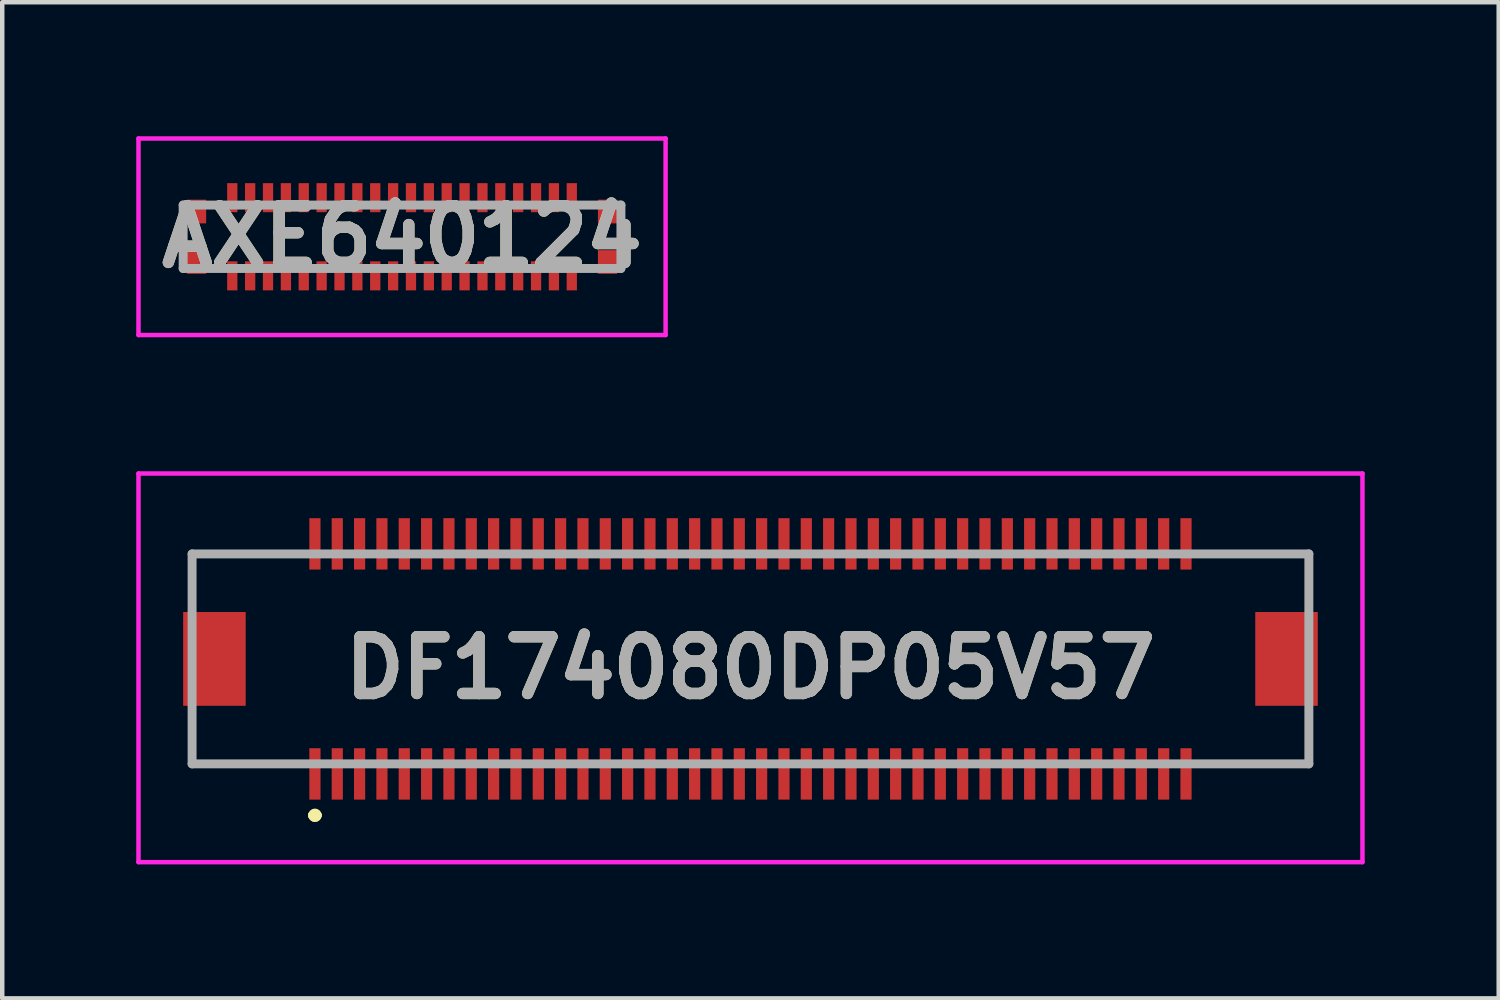
<source format=kicad_pcb>
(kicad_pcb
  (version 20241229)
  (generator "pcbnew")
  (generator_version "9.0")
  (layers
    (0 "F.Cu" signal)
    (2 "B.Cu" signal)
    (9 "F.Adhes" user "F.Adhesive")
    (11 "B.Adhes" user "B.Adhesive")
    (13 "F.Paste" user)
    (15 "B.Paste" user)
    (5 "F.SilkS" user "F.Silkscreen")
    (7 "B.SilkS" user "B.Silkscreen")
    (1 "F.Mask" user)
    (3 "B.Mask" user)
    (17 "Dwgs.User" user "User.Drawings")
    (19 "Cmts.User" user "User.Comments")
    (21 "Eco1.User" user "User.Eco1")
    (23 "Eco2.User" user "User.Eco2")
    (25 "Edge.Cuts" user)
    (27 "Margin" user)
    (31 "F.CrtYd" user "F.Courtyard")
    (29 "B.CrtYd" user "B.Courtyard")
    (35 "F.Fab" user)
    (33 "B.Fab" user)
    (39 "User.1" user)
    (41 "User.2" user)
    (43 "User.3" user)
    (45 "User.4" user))
  (footprint "DF174080DP05V57"
    (layer "F.Cu")
    (at 13.75 11.7)
    (property "Reference" "DF174080DP05V57" (at 0 0.2 0) (layer "F.SilkS") (effects (font (size 1.27 1.27) (thickness 0.254))))
    (attr through_hole)
    (fp_line (start -12.5 -2.35) (end -12.5 -2.35) (stroke (width 0.1) (type solid)) (layer "F.SilkS"))
    (fp_line (start -12.5 -2.35) (end -12.5 -2.35) (stroke (width 0.1) (type solid)) (layer "F.SilkS"))
    (fp_line (start -12.5 -2.35) (end -12.5 -1.5) (stroke (width 0.1) (type solid)) (layer "F.SilkS"))
    (fp_line (start -12.5 -2.35) (end -10.5 -2.35) (stroke (width 0.1) (type solid)) (layer "F.SilkS"))
    (fp_line (start -12.5 -1.5) (end -12.5 -2.35) (stroke (width 0.1) (type solid)) (layer "F.SilkS"))
    (fp_line (start -12.5 -1.5) (end -12.5 -1.5) (stroke (width 0.1) (type solid)) (layer "F.SilkS"))
    (fp_line (start -12.5 1.5) (end -12.5 1.5) (stroke (width 0.1) (type solid)) (layer "F.SilkS"))
    (fp_line (start -12.5 1.5) (end -12.5 2.35) (stroke (width 0.1) (type solid)) (layer "F.SilkS"))
    (fp_line (start -12.5 2.35) (end -12.5 1.5) (stroke (width 0.1) (type solid)) (layer "F.SilkS"))
    (fp_line (start -12.5 2.35) (end -12.5 2.35) (stroke (width 0.1) (type solid)) (layer "F.SilkS"))
    (fp_line (start -12.5 2.35) (end -12.5 2.35) (stroke (width 0.1) (type solid)) (layer "F.SilkS"))
    (fp_line (start -12.5 2.35) (end -10.25 2.35) (stroke (width 0.1) (type solid)) (layer "F.SilkS"))
    (fp_line (start -10.5 -2.35) (end -12.5 -2.35) (stroke (width 0.1) (type solid)) (layer "F.SilkS"))
    (fp_line (start -10.5 -2.35) (end -10.5 -2.35) (stroke (width 0.1) (type solid)) (layer "F.SilkS"))
    (fp_line (start -10.25 2.35) (end -12.5 2.35) (stroke (width 0.1) (type solid)) (layer "F.SilkS"))
    (fp_line (start -10.25 2.35) (end -10.25 2.35) (stroke (width 0.1) (type solid)) (layer "F.SilkS"))
    (fp_line (start -9.8 3.5) (end -9.8 3.5) (stroke (width 0.2) (type solid)) (layer "F.SilkS"))
    (fp_line (start -9.8 3.5) (end -9.8 3.5) (stroke (width 0.2) (type solid)) (layer "F.SilkS"))
    (fp_line (start -9.7 3.5) (end -9.7 3.5) (stroke (width 0.2) (type solid)) (layer "F.SilkS"))
    (fp_line (start 10.25 -2.35) (end 10.25 -2.35) (stroke (width 0.1) (type solid)) (layer "F.SilkS"))
    (fp_line (start 10.25 -2.35) (end 12.5 -2.35) (stroke (width 0.1) (type solid)) (layer "F.SilkS"))
    (fp_line (start 10.25 2.35) (end 10.25 2.35) (stroke (width 0.1) (type solid)) (layer "F.SilkS"))
    (fp_line (start 10.25 2.35) (end 12.5 2.35) (stroke (width 0.1) (type solid)) (layer "F.SilkS"))
    (fp_line (start 12.5 -2.35) (end 10.25 -2.35) (stroke (width 0.1) (type solid)) (layer "F.SilkS"))
    (fp_line (start 12.5 -2.35) (end 12.5 -2.35) (stroke (width 0.1) (type solid)) (layer "F.SilkS"))
    (fp_line (start 12.5 -2.35) (end 12.5 -2.35) (stroke (width 0.1) (type solid)) (layer "F.SilkS"))
    (fp_line (start 12.5 -2.35) (end 12.5 -1.5) (stroke (width 0.1) (type solid)) (layer "F.SilkS"))
    (fp_line (start 12.5 -1.5) (end 12.5 -2.35) (stroke (width 0.1) (type solid)) (layer "F.SilkS"))
    (fp_line (start 12.5 -1.5) (end 12.5 -1.5) (stroke (width 0.1) (type solid)) (layer "F.SilkS"))
    (fp_line (start 12.5 1.5) (end 12.5 1.5) (stroke (width 0.1) (type solid)) (layer "F.SilkS"))
    (fp_line (start 12.5 1.5) (end 12.5 2.35) (stroke (width 0.1) (type solid)) (layer "F.SilkS"))
    (fp_line (start 12.5 2.35) (end 10.25 2.35) (stroke (width 0.1) (type solid)) (layer "F.SilkS"))
    (fp_line (start 12.5 2.35) (end 12.5 1.5) (stroke (width 0.1) (type solid)) (layer "F.SilkS"))
    (fp_line (start 12.5 2.35) (end 12.5 2.35) (stroke (width 0.1) (type solid)) (layer "F.SilkS"))
    (fp_line (start 12.5 2.35) (end 12.5 2.35) (stroke (width 0.1) (type solid)) (layer "F.SilkS"))
    (fp_arc (start -9.8 3.5) (mid -9.75 3.45) (end -9.7 3.5) (stroke (width 0.2) (type solid)) (layer "F.SilkS"))
    (fp_arc (start -9.7 3.5) (mid -9.75 3.55) (end -9.8 3.5) (stroke (width 0.2) (type solid)) (layer "F.SilkS"))
    (fp_arc (start -9.7 3.5) (mid -9.75 3.55) (end -9.8 3.5) (stroke (width 0.2) (type solid)) (layer "F.SilkS"))
    (fp_line (start -13.7 -4.15) (end 13.7 -4.15) (stroke (width 0.1) (type solid)) (layer "F.CrtYd"))
    (fp_line (start -13.7 4.55) (end -13.7 -4.15) (stroke (width 0.1) (type solid)) (layer "F.CrtYd"))
    (fp_line (start 13.7 -4.15) (end 13.7 4.55) (stroke (width 0.1) (type solid)) (layer "F.CrtYd"))
    (fp_line (start 13.7 4.55) (end -13.7 4.55) (stroke (width 0.1) (type solid)) (layer "F.CrtYd"))
    (fp_line (start -12.5 -2.35) (end -12.5 2.35) (stroke (width 0.2) (type solid)) (layer "F.Fab"))
    (fp_line (start -12.5 2.35) (end 12.5 2.35) (stroke (width 0.2) (type solid)) (layer "F.Fab"))
    (fp_line (start 12.5 -2.35) (end -12.5 -2.35) (stroke (width 0.2) (type solid)) (layer "F.Fab"))
    (fp_line (start 12.5 2.35) (end 12.5 -2.35) (stroke (width 0.2) (type solid)) (layer "F.Fab"))
    (fp_text user "${REFERENCE}" (at 0 0.2 0) (layer "F.Fab") (effects (font (size 1.27 1.27) (thickness 0.254))))
    (pad "" np_thru_hole circle (at -11 1.9) (size 0.001 0.001) (drill 0.65) (layers "*.Cu" "*.Mask"))
    (pad "" np_thru_hole circle (at 11 1.9) (size 0.001 0.001) (drill 0.65) (layers "*.Cu" "*.Mask"))
    (pad "1" smd rect (at -9.75 2.575) (size 0.25 1.15) (layers "F.Cu" "F.Mask" "F.Paste"))
    (pad "2" smd rect (at -9.75 -2.575) (size 0.25 1.15) (layers "F.Cu" "F.Mask" "F.Paste"))
    (pad "3" smd rect (at -9.25 2.575) (size 0.25 1.15) (layers "F.Cu" "F.Mask" "F.Paste"))
    (pad "4" smd rect (at -9.25 -2.575) (size 0.25 1.15) (layers "F.Cu" "F.Mask" "F.Paste"))
    (pad "5" smd rect (at -8.75 2.575) (size 0.25 1.15) (layers "F.Cu" "F.Mask" "F.Paste"))
    (pad "6" smd rect (at -8.75 -2.575) (size 0.25 1.15) (layers "F.Cu" "F.Mask" "F.Paste"))
    (pad "7" smd rect (at -8.25 2.575) (size 0.25 1.15) (layers "F.Cu" "F.Mask" "F.Paste"))
    (pad "8" smd rect (at -8.25 -2.575) (size 0.25 1.15) (layers "F.Cu" "F.Mask" "F.Paste"))
    (pad "9" smd rect (at -7.75 2.575) (size 0.25 1.15) (layers "F.Cu" "F.Mask" "F.Paste"))
    (pad "10" smd rect (at -7.75 -2.575) (size 0.25 1.15) (layers "F.Cu" "F.Mask" "F.Paste"))
    (pad "11" smd rect (at -7.25 2.575) (size 0.25 1.15) (layers "F.Cu" "F.Mask" "F.Paste"))
    (pad "12" smd rect (at -7.25 -2.575) (size 0.25 1.15) (layers "F.Cu" "F.Mask" "F.Paste"))
    (pad "13" smd rect (at -6.75 2.575) (size 0.25 1.15) (layers "F.Cu" "F.Mask" "F.Paste"))
    (pad "14" smd rect (at -6.75 -2.575) (size 0.25 1.15) (layers "F.Cu" "F.Mask" "F.Paste"))
    (pad "15" smd rect (at -6.25 2.575) (size 0.25 1.15) (layers "F.Cu" "F.Mask" "F.Paste"))
    (pad "16" smd rect (at -6.25 -2.575) (size 0.25 1.15) (layers "F.Cu" "F.Mask" "F.Paste"))
    (pad "17" smd rect (at -5.75 2.575) (size 0.25 1.15) (layers "F.Cu" "F.Mask" "F.Paste"))
    (pad "18" smd rect (at -5.75 -2.575) (size 0.25 1.15) (layers "F.Cu" "F.Mask" "F.Paste"))
    (pad "19" smd rect (at -5.25 2.575) (size 0.25 1.15) (layers "F.Cu" "F.Mask" "F.Paste"))
    (pad "20" smd rect (at -5.25 -2.575) (size 0.25 1.15) (layers "F.Cu" "F.Mask" "F.Paste"))
    (pad "21" smd rect (at -4.75 2.575) (size 0.25 1.15) (layers "F.Cu" "F.Mask" "F.Paste"))
    (pad "22" smd rect (at -4.75 -2.575) (size 0.25 1.15) (layers "F.Cu" "F.Mask" "F.Paste"))
    (pad "23" smd rect (at -4.25 2.575) (size 0.25 1.15) (layers "F.Cu" "F.Mask" "F.Paste"))
    (pad "24" smd rect (at -4.25 -2.575) (size 0.25 1.15) (layers "F.Cu" "F.Mask" "F.Paste"))
    (pad "25" smd rect (at -3.75 2.575) (size 0.25 1.15) (layers "F.Cu" "F.Mask" "F.Paste"))
    (pad "26" smd rect (at -3.75 -2.575) (size 0.25 1.15) (layers "F.Cu" "F.Mask" "F.Paste"))
    (pad "27" smd rect (at -3.25 2.575) (size 0.25 1.15) (layers "F.Cu" "F.Mask" "F.Paste"))
    (pad "28" smd rect (at -3.25 -2.575) (size 0.25 1.15) (layers "F.Cu" "F.Mask" "F.Paste"))
    (pad "29" smd rect (at -2.75 2.575) (size 0.25 1.15) (layers "F.Cu" "F.Mask" "F.Paste"))
    (pad "30" smd rect (at -2.75 -2.575) (size 0.25 1.15) (layers "F.Cu" "F.Mask" "F.Paste"))
    (pad "31" smd rect (at -2.25 2.575) (size 0.25 1.15) (layers "F.Cu" "F.Mask" "F.Paste"))
    (pad "32" smd rect (at -2.25 -2.575) (size 0.25 1.15) (layers "F.Cu" "F.Mask" "F.Paste"))
    (pad "33" smd rect (at -1.75 2.575) (size 0.25 1.15) (layers "F.Cu" "F.Mask" "F.Paste"))
    (pad "34" smd rect (at -1.75 -2.575) (size 0.25 1.15) (layers "F.Cu" "F.Mask" "F.Paste"))
    (pad "35" smd rect (at -1.25 2.575) (size 0.25 1.15) (layers "F.Cu" "F.Mask" "F.Paste"))
    (pad "36" smd rect (at -1.25 -2.575) (size 0.25 1.15) (layers "F.Cu" "F.Mask" "F.Paste"))
    (pad "37" smd rect (at -0.75 2.575) (size 0.25 1.15) (layers "F.Cu" "F.Mask" "F.Paste"))
    (pad "38" smd rect (at -0.75 -2.575) (size 0.25 1.15) (layers "F.Cu" "F.Mask" "F.Paste"))
    (pad "39" smd rect (at -0.25 2.575) (size 0.25 1.15) (layers "F.Cu" "F.Mask" "F.Paste"))
    (pad "40" smd rect (at -0.25 -2.575) (size 0.25 1.15) (layers "F.Cu" "F.Mask" "F.Paste"))
    (pad "41" smd rect (at 0.25 2.575) (size 0.25 1.15) (layers "F.Cu" "F.Mask" "F.Paste"))
    (pad "42" smd rect (at 0.25 -2.575) (size 0.25 1.15) (layers "F.Cu" "F.Mask" "F.Paste"))
    (pad "43" smd rect (at 0.75 2.575) (size 0.25 1.15) (layers "F.Cu" "F.Mask" "F.Paste"))
    (pad "44" smd rect (at 0.75 -2.575) (size 0.25 1.15) (layers "F.Cu" "F.Mask" "F.Paste"))
    (pad "45" smd rect (at 1.25 2.575) (size 0.25 1.15) (layers "F.Cu" "F.Mask" "F.Paste"))
    (pad "46" smd rect (at 1.25 -2.575) (size 0.25 1.15) (layers "F.Cu" "F.Mask" "F.Paste"))
    (pad "47" smd rect (at 1.75 2.575) (size 0.25 1.15) (layers "F.Cu" "F.Mask" "F.Paste"))
    (pad "48" smd rect (at 1.75 -2.575) (size 0.25 1.15) (layers "F.Cu" "F.Mask" "F.Paste"))
    (pad "49" smd rect (at 2.25 2.575) (size 0.25 1.15) (layers "F.Cu" "F.Mask" "F.Paste"))
    (pad "50" smd rect (at 2.25 -2.575) (size 0.25 1.15) (layers "F.Cu" "F.Mask" "F.Paste"))
    (pad "51" smd rect (at 2.75 2.575) (size 0.25 1.15) (layers "F.Cu" "F.Mask" "F.Paste"))
    (pad "52" smd rect (at 2.75 -2.575) (size 0.25 1.15) (layers "F.Cu" "F.Mask" "F.Paste"))
    (pad "53" smd rect (at 3.25 2.575) (size 0.25 1.15) (layers "F.Cu" "F.Mask" "F.Paste"))
    (pad "54" smd rect (at 3.25 -2.575) (size 0.25 1.15) (layers "F.Cu" "F.Mask" "F.Paste"))
    (pad "55" smd rect (at 3.75 2.575) (size 0.25 1.15) (layers "F.Cu" "F.Mask" "F.Paste"))
    (pad "56" smd rect (at 3.75 -2.575) (size 0.25 1.15) (layers "F.Cu" "F.Mask" "F.Paste"))
    (pad "57" smd rect (at 4.25 2.575) (size 0.25 1.15) (layers "F.Cu" "F.Mask" "F.Paste"))
    (pad "58" smd rect (at 4.25 -2.575) (size 0.25 1.15) (layers "F.Cu" "F.Mask" "F.Paste"))
    (pad "59" smd rect (at 4.75 2.575) (size 0.25 1.15) (layers "F.Cu" "F.Mask" "F.Paste"))
    (pad "60" smd rect (at 4.75 -2.575) (size 0.25 1.15) (layers "F.Cu" "F.Mask" "F.Paste"))
    (pad "61" smd rect (at 5.25 2.575) (size 0.25 1.15) (layers "F.Cu" "F.Mask" "F.Paste"))
    (pad "62" smd rect (at 5.25 -2.575) (size 0.25 1.15) (layers "F.Cu" "F.Mask" "F.Paste"))
    (pad "63" smd rect (at 5.75 2.575) (size 0.25 1.15) (layers "F.Cu" "F.Mask" "F.Paste"))
    (pad "64" smd rect (at 5.75 -2.575) (size 0.25 1.15) (layers "F.Cu" "F.Mask" "F.Paste"))
    (pad "65" smd rect (at 6.25 2.575) (size 0.25 1.15) (layers "F.Cu" "F.Mask" "F.Paste"))
    (pad "66" smd rect (at 6.25 -2.575) (size 0.25 1.15) (layers "F.Cu" "F.Mask" "F.Paste"))
    (pad "67" smd rect (at 6.75 2.575) (size 0.25 1.15) (layers "F.Cu" "F.Mask" "F.Paste"))
    (pad "68" smd rect (at 6.75 -2.575) (size 0.25 1.15) (layers "F.Cu" "F.Mask" "F.Paste"))
    (pad "69" smd rect (at 7.25 2.575) (size 0.25 1.15) (layers "F.Cu" "F.Mask" "F.Paste"))
    (pad "70" smd rect (at 7.25 -2.575) (size 0.25 1.15) (layers "F.Cu" "F.Mask" "F.Paste"))
    (pad "71" smd rect (at 7.75 2.575) (size 0.25 1.15) (layers "F.Cu" "F.Mask" "F.Paste"))
    (pad "72" smd rect (at 7.75 -2.575) (size 0.25 1.15) (layers "F.Cu" "F.Mask" "F.Paste"))
    (pad "73" smd rect (at 8.25 2.575) (size 0.25 1.15) (layers "F.Cu" "F.Mask" "F.Paste"))
    (pad "74" smd rect (at 8.25 -2.575) (size 0.25 1.15) (layers "F.Cu" "F.Mask" "F.Paste"))
    (pad "75" smd rect (at 8.75 2.575) (size 0.25 1.15) (layers "F.Cu" "F.Mask" "F.Paste"))
    (pad "76" smd rect (at 8.75 -2.575) (size 0.25 1.15) (layers "F.Cu" "F.Mask" "F.Paste"))
    (pad "77" smd rect (at 9.25 2.575) (size 0.25 1.15) (layers "F.Cu" "F.Mask" "F.Paste"))
    (pad "78" smd rect (at 9.25 -2.575) (size 0.25 1.15) (layers "F.Cu" "F.Mask" "F.Paste"))
    (pad "79" smd rect (at 9.75 2.575) (size 0.25 1.15) (layers "F.Cu" "F.Mask" "F.Paste"))
    (pad "80" smd rect (at 9.75 -2.575) (size 0.25 1.15) (layers "F.Cu" "F.Mask" "F.Paste"))
    (pad "MP1" smd rect (at -12 0) (size 1.4 2.1) (layers "F.Cu" "F.Mask" "F.Paste"))
    (pad "MP2" smd rect (at 12 0) (size 1.4 2.1) (layers "F.Cu" "F.Mask" "F.Paste")))
  (footprint "AXE640124"
    (layer "F.Cu")
    (at 5.95 2.25)
    (property "Reference" "AXE640124" (at 0 0 0) (layer "F.SilkS") (effects (font (size 1.27 1.27) (thickness 0.254))))
    (attr smd)
    (fp_line (start -4.9 -0.2) (end -4.9 0.2) (stroke (width 0.1) (type solid)) (layer "F.SilkS"))
    (fp_line (start 4.9 -0.2) (end 4.9 0.2) (stroke (width 0.1) (type solid)) (layer "F.SilkS"))
    (fp_line (start -5.9 -2.2) (end 5.9 -2.2) (stroke (width 0.1) (type solid)) (layer "F.CrtYd"))
    (fp_line (start -5.9 2.2) (end -5.9 -2.2) (stroke (width 0.1) (type solid)) (layer "F.CrtYd"))
    (fp_line (start 5.9 -2.2) (end 5.9 2.2) (stroke (width 0.1) (type solid)) (layer "F.CrtYd"))
    (fp_line (start 5.9 2.2) (end -5.9 2.2) (stroke (width 0.1) (type solid)) (layer "F.CrtYd"))
    (fp_line (start -4.9 -0.71) (end 4.9 -0.71) (stroke (width 0.2) (type solid)) (layer "F.Fab"))
    (fp_line (start -4.9 0.71) (end -4.9 -0.71) (stroke (width 0.2) (type solid)) (layer "F.Fab"))
    (fp_line (start 4.9 -0.71) (end 4.9 0.71) (stroke (width 0.2) (type solid)) (layer "F.Fab"))
    (fp_line (start 4.9 0.71) (end -4.9 0.71) (stroke (width 0.2) (type solid)) (layer "F.Fab"))
    (fp_text user "${REFERENCE}" (at 0 0 0) (layer "F.Fab") (effects (font (size 1.27 1.27) (thickness 0.254))))
    (pad "1" smd rect (at -3.8 0.875) (size 0.23 0.65) (layers "F.Cu" "F.Mask" "F.Paste"))
    (pad "2" smd rect (at -3.8 -0.875) (size 0.23 0.65) (layers "F.Cu" "F.Mask" "F.Paste"))
    (pad "3" smd rect (at -3.4 0.875) (size 0.23 0.65) (layers "F.Cu" "F.Mask" "F.Paste"))
    (pad "4" smd rect (at -3.4 -0.875) (size 0.23 0.65) (layers "F.Cu" "F.Mask" "F.Paste"))
    (pad "5" smd rect (at -3 0.875) (size 0.23 0.65) (layers "F.Cu" "F.Mask" "F.Paste"))
    (pad "6" smd rect (at -3 -0.875) (size 0.23 0.65) (layers "F.Cu" "F.Mask" "F.Paste"))
    (pad "7" smd rect (at -2.6 0.875) (size 0.23 0.65) (layers "F.Cu" "F.Mask" "F.Paste"))
    (pad "8" smd rect (at -2.6 -0.875) (size 0.23 0.65) (layers "F.Cu" "F.Mask" "F.Paste"))
    (pad "9" smd rect (at -2.2 0.875) (size 0.23 0.65) (layers "F.Cu" "F.Mask" "F.Paste"))
    (pad "10" smd rect (at -2.2 -0.875) (size 0.23 0.65) (layers "F.Cu" "F.Mask" "F.Paste"))
    (pad "11" smd rect (at -1.8 0.875) (size 0.23 0.65) (layers "F.Cu" "F.Mask" "F.Paste"))
    (pad "12" smd rect (at -1.8 -0.875) (size 0.23 0.65) (layers "F.Cu" "F.Mask" "F.Paste"))
    (pad "13" smd rect (at -1.4 0.875) (size 0.23 0.65) (layers "F.Cu" "F.Mask" "F.Paste"))
    (pad "14" smd rect (at -1.4 -0.875) (size 0.23 0.65) (layers "F.Cu" "F.Mask" "F.Paste"))
    (pad "15" smd rect (at -1 0.875) (size 0.23 0.65) (layers "F.Cu" "F.Mask" "F.Paste"))
    (pad "16" smd rect (at -1 -0.875) (size 0.23 0.65) (layers "F.Cu" "F.Mask" "F.Paste"))
    (pad "17" smd rect (at -0.6 0.875) (size 0.23 0.65) (layers "F.Cu" "F.Mask" "F.Paste"))
    (pad "18" smd rect (at -0.6 -0.875) (size 0.23 0.65) (layers "F.Cu" "F.Mask" "F.Paste"))
    (pad "19" smd rect (at -0.2 0.875) (size 0.23 0.65) (layers "F.Cu" "F.Mask" "F.Paste"))
    (pad "20" smd rect (at -0.2 -0.875) (size 0.23 0.65) (layers "F.Cu" "F.Mask" "F.Paste"))
    (pad "21" smd rect (at 0.2 0.875) (size 0.23 0.65) (layers "F.Cu" "F.Mask" "F.Paste"))
    (pad "22" smd rect (at 0.2 -0.875) (size 0.23 0.65) (layers "F.Cu" "F.Mask" "F.Paste"))
    (pad "23" smd rect (at 0.6 0.875) (size 0.23 0.65) (layers "F.Cu" "F.Mask" "F.Paste"))
    (pad "24" smd rect (at 0.6 -0.875) (size 0.23 0.65) (layers "F.Cu" "F.Mask" "F.Paste"))
    (pad "25" smd rect (at 1 0.875) (size 0.23 0.65) (layers "F.Cu" "F.Mask" "F.Paste"))
    (pad "26" smd rect (at 1 -0.875) (size 0.23 0.65) (layers "F.Cu" "F.Mask" "F.Paste"))
    (pad "27" smd rect (at 1.4 0.875) (size 0.23 0.65) (layers "F.Cu" "F.Mask" "F.Paste"))
    (pad "28" smd rect (at 1.4 -0.875) (size 0.23 0.65) (layers "F.Cu" "F.Mask" "F.Paste"))
    (pad "29" smd rect (at 1.8 0.875) (size 0.23 0.65) (layers "F.Cu" "F.Mask" "F.Paste"))
    (pad "30" smd rect (at 1.8 -0.875) (size 0.23 0.65) (layers "F.Cu" "F.Mask" "F.Paste"))
    (pad "31" smd rect (at 2.2 0.875) (size 0.23 0.65) (layers "F.Cu" "F.Mask" "F.Paste"))
    (pad "32" smd rect (at 2.2 -0.875) (size 0.23 0.65) (layers "F.Cu" "F.Mask" "F.Paste"))
    (pad "33" smd rect (at 2.6 0.875) (size 0.23 0.65) (layers "F.Cu" "F.Mask" "F.Paste"))
    (pad "34" smd rect (at 2.6 -0.875) (size 0.23 0.65) (layers "F.Cu" "F.Mask" "F.Paste"))
    (pad "35" smd rect (at 3 0.875) (size 0.23 0.65) (layers "F.Cu" "F.Mask" "F.Paste"))
    (pad "36" smd rect (at 3 -0.875) (size 0.23 0.65) (layers "F.Cu" "F.Mask" "F.Paste"))
    (pad "37" smd rect (at 3.4 0.875) (size 0.23 0.65) (layers "F.Cu" "F.Mask" "F.Paste"))
    (pad "38" smd rect (at 3.4 -0.875) (size 0.23 0.65) (layers "F.Cu" "F.Mask" "F.Paste"))
    (pad "39" smd rect (at 3.8 0.875) (size 0.23 0.65) (layers "F.Cu" "F.Mask" "F.Paste"))
    (pad "40" smd rect (at 3.8 -0.875) (size 0.23 0.65) (layers "F.Cu" "F.Mask" "F.Paste"))
    (pad "MP1" smd rect (at -4.6 -0.565) (size 0.43 0.53) (layers "F.Cu" "F.Mask" "F.Paste"))
    (pad "MP2" smd rect (at -4.6 0.565) (size 0.43 0.53) (layers "F.Cu" "F.Mask" "F.Paste"))
    (pad "MP3" smd rect (at 4.6 -0.565) (size 0.43 0.53) (layers "F.Cu" "F.Mask" "F.Paste"))
    (pad "MP4" smd rect (at 4.6 0.565) (size 0.43 0.53) (layers "F.Cu" "F.Mask" "F.Paste")))
  (gr_rect
    (start -3 -3)
    (end 30.5 19.3)
    (stroke (width 0.1) (type default))
    (fill no)
    (layer "Edge.Cuts")))
</source>
